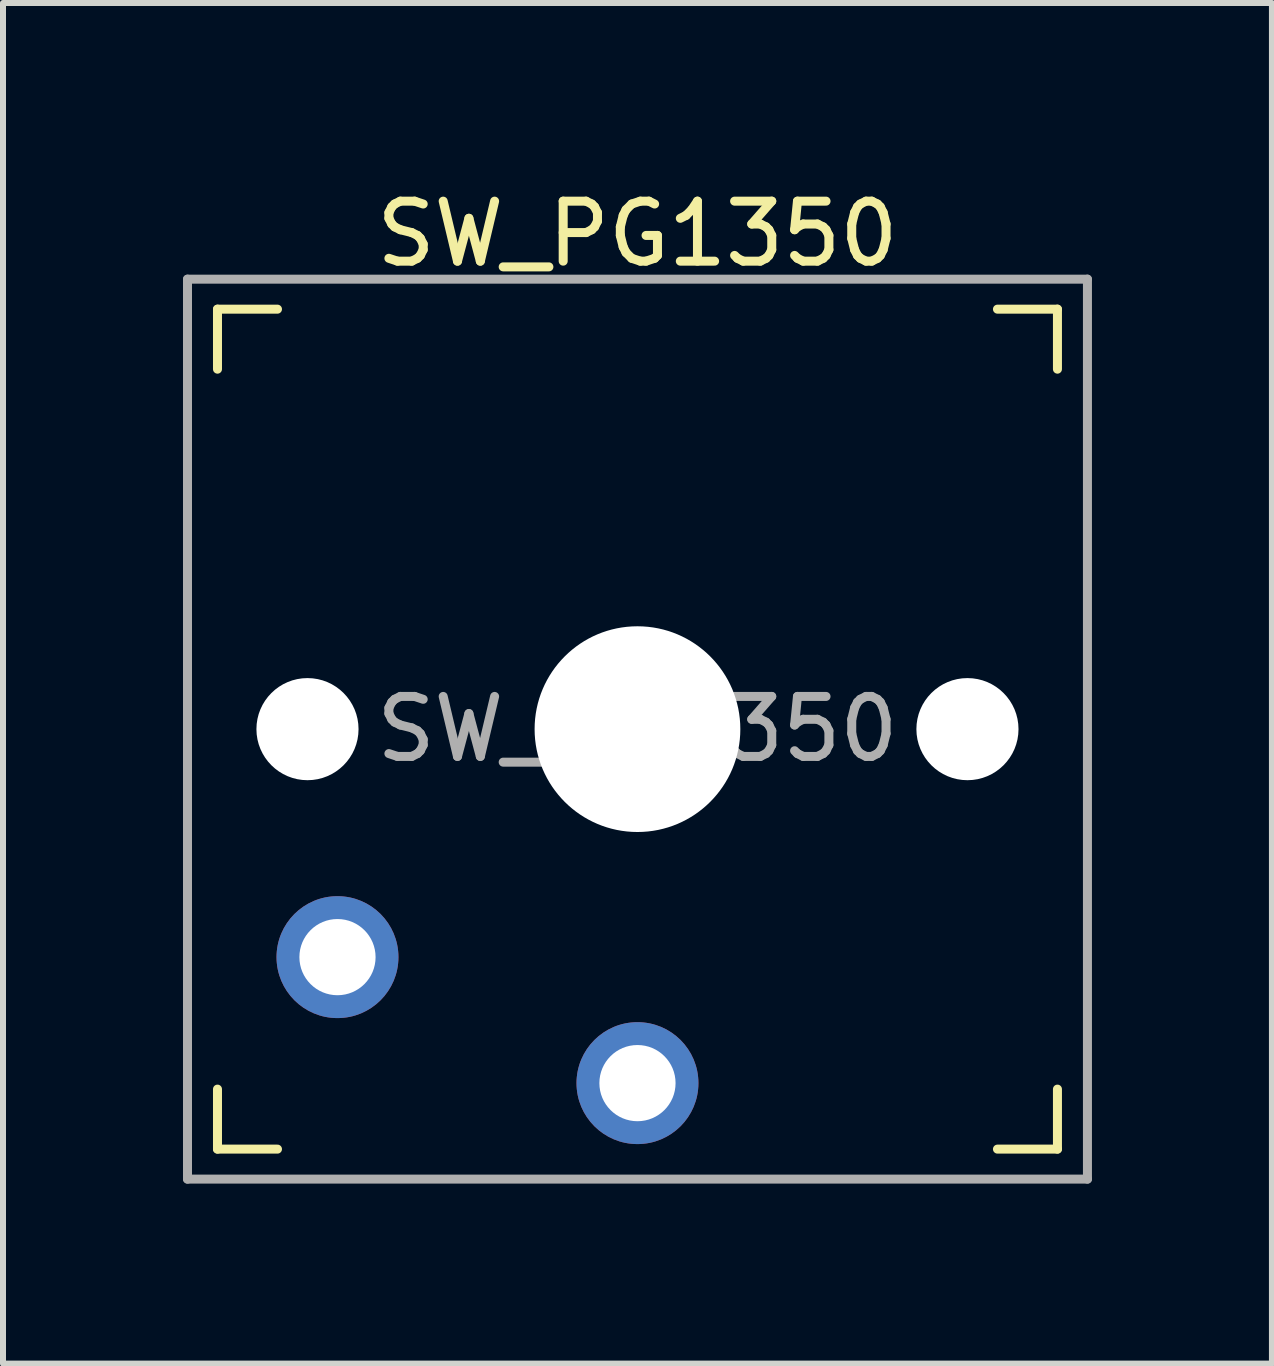
<source format=kicad_pcb>
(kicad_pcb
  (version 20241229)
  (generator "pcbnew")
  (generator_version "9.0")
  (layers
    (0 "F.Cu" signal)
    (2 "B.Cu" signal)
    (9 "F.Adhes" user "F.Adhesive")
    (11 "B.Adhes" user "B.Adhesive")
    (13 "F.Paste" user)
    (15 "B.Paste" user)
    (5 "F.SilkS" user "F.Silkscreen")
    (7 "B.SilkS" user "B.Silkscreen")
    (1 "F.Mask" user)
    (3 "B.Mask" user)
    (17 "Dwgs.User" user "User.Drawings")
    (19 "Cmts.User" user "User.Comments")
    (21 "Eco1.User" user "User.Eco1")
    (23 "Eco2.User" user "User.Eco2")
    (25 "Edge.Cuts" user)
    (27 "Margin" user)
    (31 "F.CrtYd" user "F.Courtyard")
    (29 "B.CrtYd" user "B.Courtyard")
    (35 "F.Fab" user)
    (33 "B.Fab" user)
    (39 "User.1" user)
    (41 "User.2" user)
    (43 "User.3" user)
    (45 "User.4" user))
  (footprint "SW_PG1350"
    (layer "F.Cu")
    (at 7.575 9.103)
    (property "Reference" "SW_PG1350" (at 0 -8.255 0) (layer "F.SilkS") (effects (font (size 1 1) (thickness 0.15))))
    (attr through_hole)
    (fp_line (start -7 -6) (end -7 -7) (stroke (width 0.15) (type solid)) (layer "F.SilkS"))
    (fp_line (start -7 7) (end -7 6) (stroke (width 0.15) (type solid)) (layer "F.SilkS"))
    (fp_line (start -7 7) (end -6 7) (stroke (width 0.15) (type solid)) (layer "F.SilkS"))
    (fp_line (start -6 -7) (end -7 -7) (stroke (width 0.15) (type solid)) (layer "F.SilkS"))
    (fp_line (start 6 7) (end 7 7) (stroke (width 0.15) (type solid)) (layer "F.SilkS"))
    (fp_line (start 7 -7) (end 6 -7) (stroke (width 0.15) (type solid)) (layer "F.SilkS"))
    (fp_line (start 7 -7) (end 7 -6) (stroke (width 0.15) (type solid)) (layer "F.SilkS"))
    (fp_line (start 7 6) (end 7 7) (stroke (width 0.15) (type solid)) (layer "F.SilkS"))
    (fp_line (start -6.9 6.9) (end -6.9 -6.9) (stroke (width 0.15) (type solid)) (layer "Eco2.User"))
    (fp_line (start -6.9 6.9) (end 6.9 6.9) (stroke (width 0.15) (type solid)) (layer "Eco2.User"))
    (fp_line (start -2.6 -3.1) (end -2.6 -6.3) (stroke (width 0.15) (type solid)) (layer "Eco2.User"))
    (fp_line (start -2.6 -3.1) (end 2.6 -3.1) (stroke (width 0.15) (type solid)) (layer "Eco2.User"))
    (fp_line (start 2.6 -6.3) (end -2.6 -6.3) (stroke (width 0.15) (type solid)) (layer "Eco2.User"))
    (fp_line (start 2.6 -3.1) (end 2.6 -6.3) (stroke (width 0.15) (type solid)) (layer "Eco2.User"))
    (fp_line (start 6.9 -6.9) (end -6.9 -6.9) (stroke (width 0.15) (type solid)) (layer "Eco2.User"))
    (fp_line (start 6.9 -6.9) (end 6.9 6.9) (stroke (width 0.15) (type solid)) (layer "Eco2.User"))
    (fp_line (start -7.5 -7.5) (end 7.5 -7.5) (stroke (width 0.15) (type solid)) (layer "F.Fab"))
    (fp_line (start -7.5 7.5) (end -7.5 -7.5) (stroke (width 0.15) (type solid)) (layer "F.Fab"))
    (fp_line (start 7.5 -7.5) (end 7.5 7.5) (stroke (width 0.15) (type solid)) (layer "F.Fab"))
    (fp_line (start 7.5 7.5) (end -7.5 7.5) (stroke (width 0.15) (type solid)) (layer "F.Fab"))
    (fp_text user "${REFERENCE}" (at 0 0 0) (layer "F.Fab") (effects (font (size 1 1) (thickness 0.15))))
    (pad "" np_thru_hole circle (at -5.5 0) (size 1.702 1.702) (drill 1.702) (layers "*.Cu" "*.Mask"))
    (pad "" np_thru_hole circle (at 0 0) (size 3.429 3.429) (drill 3.429) (layers "*.Cu" "*.Mask"))
    (pad "" np_thru_hole circle (at 5.5 0) (size 1.702 1.702) (drill 1.702) (layers "*.Cu" "*.Mask"))
    (pad "1" thru_hole circle (at 0 5.9) (size 2.032 2.032) (drill 1.27) (layers "*.Cu" "*.Mask"))
    (pad "2" thru_hole circle (at -5 3.8) (size 2.032 2.032) (drill 1.27) (layers "*.Cu" "*.Mask")))
  (gr_rect
    (start -3 -3)
    (end 18.15 19.678)
    (stroke (width 0.1) (type default))
    (fill no)
    (layer "Edge.Cuts")))
</source>
